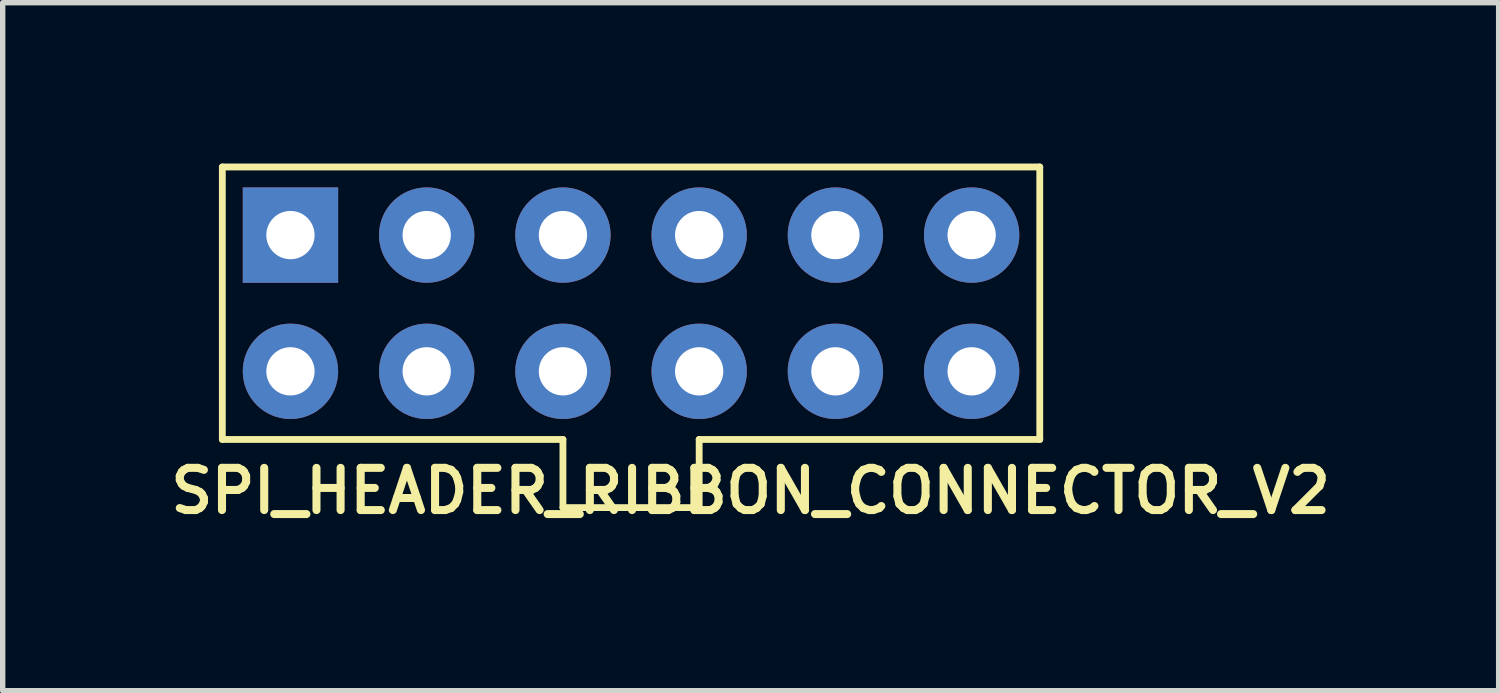
<source format=kicad_pcb>
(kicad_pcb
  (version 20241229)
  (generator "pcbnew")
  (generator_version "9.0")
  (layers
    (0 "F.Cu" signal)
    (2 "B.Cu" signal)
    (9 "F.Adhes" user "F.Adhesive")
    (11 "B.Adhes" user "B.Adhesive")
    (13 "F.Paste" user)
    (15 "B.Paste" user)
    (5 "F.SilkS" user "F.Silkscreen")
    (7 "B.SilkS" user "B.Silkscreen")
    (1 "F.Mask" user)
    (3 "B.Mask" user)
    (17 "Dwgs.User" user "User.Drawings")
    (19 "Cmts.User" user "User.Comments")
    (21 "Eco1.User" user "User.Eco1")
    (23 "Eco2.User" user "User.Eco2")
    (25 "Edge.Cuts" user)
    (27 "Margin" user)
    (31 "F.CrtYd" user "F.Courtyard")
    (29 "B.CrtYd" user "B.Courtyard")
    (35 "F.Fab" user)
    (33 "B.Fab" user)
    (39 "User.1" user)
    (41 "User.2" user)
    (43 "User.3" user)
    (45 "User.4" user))
  (footprint "SPI_HEADER_RIBBON_CONNECTOR_V2"
    (layer "F.Cu")
    (at 8.715 2.603)
    (property "Reference" "SPI_HEADER_RIBBON_CONNECTOR_V2" (at 2.23 3.5 0) (layer "F.SilkS") (effects (font (size 0.787 0.787) (thickness 0.15))))
    (attr through_hole)
    (fp_line (start -7.62 -2.54) (end -7.62 2.54) (stroke (width 0.127) (type solid)) (layer "F.SilkS"))
    (fp_line (start -7.62 2.54) (end -1.27 2.54) (stroke (width 0.127) (type solid)) (layer "F.SilkS"))
    (fp_line (start -1.27 2.54) (end -1.27 3.81) (stroke (width 0.127) (type solid)) (layer "F.SilkS"))
    (fp_line (start -1.27 3.81) (end 1.27 3.81) (stroke (width 0.127) (type solid)) (layer "F.SilkS"))
    (fp_line (start 1.27 2.54) (end 7.62 2.54) (stroke (width 0.127) (type solid)) (layer "F.SilkS"))
    (fp_line (start 1.27 3.81) (end 1.27 2.54) (stroke (width 0.127) (type solid)) (layer "F.SilkS"))
    (fp_line (start 7.62 -2.54) (end -7.62 -2.54) (stroke (width 0.127) (type solid)) (layer "F.SilkS"))
    (fp_line (start 7.62 2.54) (end 7.62 -2.54) (stroke (width 0.127) (type solid)) (layer "F.SilkS"))
    (pad "3V3" thru_hole rect (at -6.35 -1.27) (size 1.778 1.778) (drill 0.9) (layers "*.Cu" "*.Mask"))
    (pad "5V" thru_hole circle (at -3.81 -1.27) (size 1.778 1.778) (drill 0.9) (layers "*.Cu" "*.Mask"))
    (pad "GND" thru_hole circle (at -1.27 -1.27) (size 1.778 1.778) (drill 0.9) (layers "*.Cu" "*.Mask"))
    (pad "MISO" thru_hole circle (at 3.81 1.27) (size 1.778 1.778) (drill 0.9) (layers "*.Cu" "*.Mask"))
    (pad "MOSI" thru_hole circle (at 3.81 -1.27) (size 1.778 1.778) (drill 0.9) (layers "*.Cu" "*.Mask"))
    (pad "RST" thru_hole circle (at 6.35 -1.27) (size 1.778 1.778) (drill 0.9) (layers "*.Cu" "*.Mask"))
    (pad "SCK" thru_hole circle (at 1.27 -1.27) (size 1.778 1.778) (drill 0.9) (layers "*.Cu" "*.Mask"))
    (pad "SD_CS" thru_hole circle (at 1.27 1.27) (size 1.778 1.778) (drill 0.9) (layers "*.Cu" "*.Mask"))
    (pad "SPKR" thru_hole circle (at -6.35 1.27) (size 1.778 1.778) (drill 0.9) (layers "*.Cu" "*.Mask"))
    (pad "TFT_CS" thru_hole circle (at -1.27 1.27) (size 1.778 1.778) (drill 0.9) (layers "*.Cu" "*.Mask"))
    (pad "TFT_DC" thru_hole circle (at -3.81 1.27) (size 1.778 1.778) (drill 0.9) (layers "*.Cu" "*.Mask"))
    (pad "T_CS" thru_hole circle (at 6.35 1.27) (size 1.778 1.778) (drill 0.9) (layers "*.Cu" "*.Mask")))
  (gr_rect
    (start -3 -3)
    (end 24.89 9.827)
    (stroke (width 0.1) (type default))
    (fill no)
    (layer "Edge.Cuts")))
</source>
